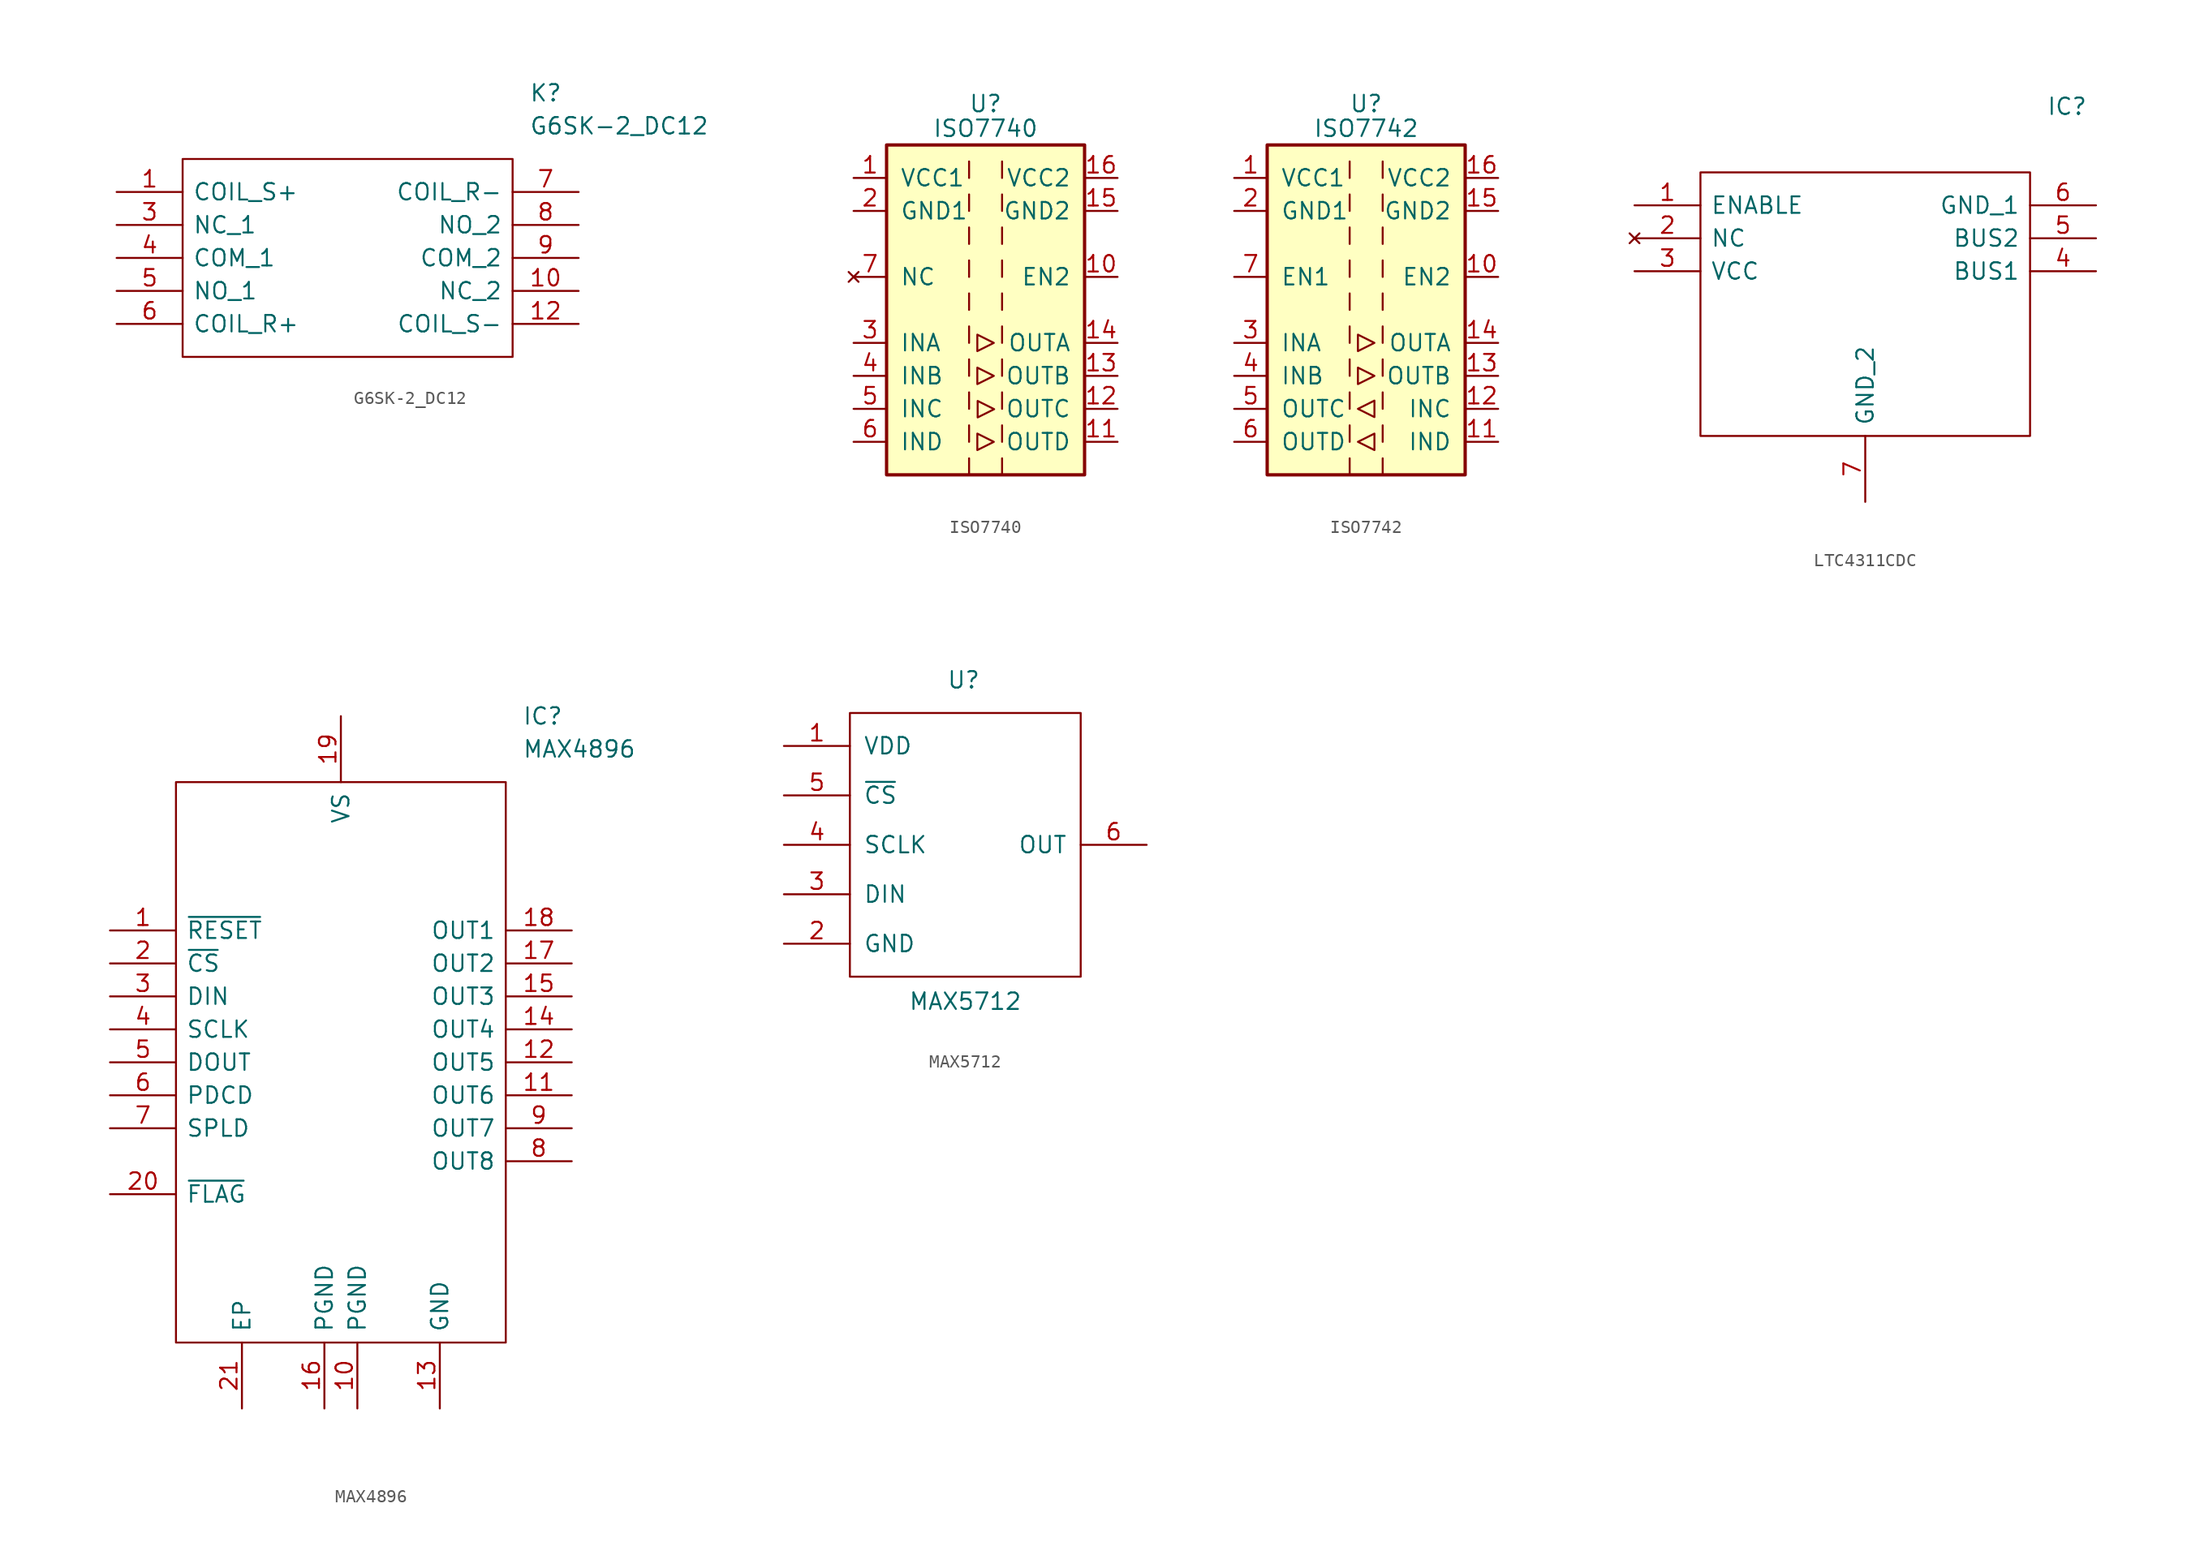
<source format=kicad_sym>
(kicad_symbol_lib
  (version 20241209)
  (generator "kicad_symbol_editor")
  (generator_version "9.0")
  (symbol "G6SK-2_DC12"
    (pin_names
      (offset 0.762))
    (property "Reference" "K"
      (at 31.75 7.62 0)
      (effects (font (size 1.27 1.27)) (justify left)))
    (property "Value" "G6SK-2_DC12"
      (at 31.75 5.08 0)
      (effects (font (size 1.27 1.27)) (justify left)))
    (symbol "G6SK-2_DC12_0_0"
      (pin unspecified line (at 0 0 0) (length 5.08) (name "COIL_S+" (effects (font (size 1.27 1.27)))) (number "1" (effects (font (size 1.27 1.27)))))
      (pin unspecified line (at 0 -2.54 0) (length 5.08) (name "NC_1" (effects (font (size 1.27 1.27)))) (number "3" (effects (font (size 1.27 1.27)))))
      (pin unspecified line (at 0 -5.08 0) (length 5.08) (name "COM_1" (effects (font (size 1.27 1.27)))) (number "4" (effects (font (size 1.27 1.27)))))
      (pin unspecified line (at 0 -7.62 0) (length 5.08) (name "NO_1" (effects (font (size 1.27 1.27)))) (number "5" (effects (font (size 1.27 1.27)))))
      (pin unspecified line (at 0 -10.16 0) (length 5.08) (name "COIL_R+" (effects (font (size 1.27 1.27)))) (number "6" (effects (font (size 1.27 1.27)))))
      (pin unspecified line (at 35.56 0 180) (length 5.08) (name "COIL_R-" (effects (font (size 1.27 1.27)))) (number "7" (effects (font (size 1.27 1.27)))))
      (pin unspecified line (at 35.56 -2.54 180) (length 5.08) (name "NO_2" (effects (font (size 1.27 1.27)))) (number "8" (effects (font (size 1.27 1.27)))))
      (pin unspecified line (at 35.56 -5.08 180) (length 5.08) (name "COM_2" (effects (font (size 1.27 1.27)))) (number "9" (effects (font (size 1.27 1.27)))))
      (pin unspecified line (at 35.56 -7.62 180) (length 5.08) (name "NC_2" (effects (font (size 1.27 1.27)))) (number "10" (effects (font (size 1.27 1.27)))))
      (pin unspecified line (at 35.56 -10.16 180) (length 5.08) (name "COIL_S-" (effects (font (size 1.27 1.27)))) (number "12" (effects (font (size 1.27 1.27))))))
    (symbol "G6SK-2_DC12_0_1"
      (polyline (pts (xy 5.08 2.54) (xy 30.48 2.54) (xy 30.48 -12.7) (xy 5.08 -12.7) (xy 5.08 2.54)) (stroke (width 0.152) (type solid)) (fill (type none)))))
  (symbol "ISO7740"
    (pin_names
      (offset 1.016))
    (property "Reference" "U"
      (at 0 15.875 0)
      (effects (font (size 1.27 1.27))))
    (property "Value" "ISO7740"
      (at 0 13.97 0)
      (effects (font (size 1.27 1.27))))
    (symbol "ISO7740_0_1"
      (rectangle (start -7.62 12.7) (end 7.62 -12.7) (stroke (width 0.254) (type solid)) (fill (type background)))
      (polyline (pts (xy -1.27 11.43) (xy -1.27 10.16)) (stroke (width 0) (type solid)) (fill (type none)))
      (polyline (pts (xy -1.27 8.89) (xy -1.27 7.62)) (stroke (width 0) (type solid)) (fill (type none)))
      (polyline (pts (xy -1.27 6.35) (xy -1.27 5.08)) (stroke (width 0) (type solid)) (fill (type none)))
      (polyline (pts (xy -1.27 3.81) (xy -1.27 2.54)) (stroke (width 0) (type solid)) (fill (type none)))
      (polyline (pts (xy -1.27 1.27) (xy -1.27 0)) (stroke (width 0) (type solid)) (fill (type none)))
      (polyline (pts (xy -1.27 -1.27) (xy -1.27 -2.54)) (stroke (width 0) (type solid)) (fill (type none)))
      (polyline (pts (xy -1.27 -3.81) (xy -1.27 -5.08)) (stroke (width 0) (type solid)) (fill (type none)))
      (polyline (pts (xy -1.27 -6.35) (xy -1.27 -7.62)) (stroke (width 0) (type solid)) (fill (type none)))
      (polyline (pts (xy -1.27 -8.89) (xy -1.27 -10.16)) (stroke (width 0) (type solid)) (fill (type none)))
      (polyline (pts (xy -1.27 -11.43) (xy -1.27 -12.7)) (stroke (width 0) (type solid)) (fill (type none)))
      (polyline (pts (xy -0.635 -1.905) (xy -0.635 -3.175) (xy 0.635 -2.54) (xy -0.635 -1.905)) (stroke (width 0) (type solid)) (fill (type none)))
      (polyline (pts (xy -0.635 -4.445) (xy -0.635 -5.715) (xy 0.635 -5.08) (xy -0.635 -4.445)) (stroke (width 0) (type solid)) (fill (type none)))
      (polyline (pts (xy 1.27 11.43) (xy 1.27 10.16)) (stroke (width 0) (type solid)) (fill (type none)))
      (polyline (pts (xy 1.27 8.89) (xy 1.27 7.62)) (stroke (width 0) (type solid)) (fill (type none)))
      (polyline (pts (xy 1.27 6.35) (xy 1.27 5.08)) (stroke (width 0) (type solid)) (fill (type none)))
      (polyline (pts (xy 1.27 3.81) (xy 1.27 2.54)) (stroke (width 0) (type solid)) (fill (type none)))
      (polyline (pts (xy 1.27 1.27) (xy 1.27 0)) (stroke (width 0) (type solid)) (fill (type none)))
      (polyline (pts (xy 1.27 -1.27) (xy 1.27 -2.54)) (stroke (width 0) (type solid)) (fill (type none)))
      (polyline (pts (xy 1.27 -3.81) (xy 1.27 -5.08)) (stroke (width 0) (type solid)) (fill (type none)))
      (polyline (pts (xy 1.27 -6.35) (xy 1.27 -7.62)) (stroke (width 0) (type solid)) (fill (type none)))
      (polyline (pts (xy 1.27 -8.89) (xy 1.27 -10.16)) (stroke (width 0) (type solid)) (fill (type none)))
      (polyline (pts (xy 1.27 -11.43) (xy 1.27 -12.7)) (stroke (width 0) (type solid)) (fill (type none))))
    (symbol "ISO7740_1_1"
      (polyline (pts (xy -0.635 -9.525) (xy -0.635 -10.795) (xy 0.635 -10.16) (xy -0.635 -9.525)) (stroke (width 0) (type solid)) (fill (type none)))
      (polyline (pts (xy -0.61 -7.01) (xy -0.61 -8.28) (xy 0.66 -7.645) (xy -0.61 -7.01)) (stroke (width 0) (type solid)) (fill (type none)))
      (pin power_in line (at -10.16 10.16 0) (length 2.54) (name "VCC1" (effects (font (size 1.27 1.27)))) (number "1" (effects (font (size 1.27 1.27)))))
      (pin power_in line (at -10.16 7.62 0) (length 2.54) (name "GND1" (effects (font (size 1.27 1.27)))) (number "2" (effects (font (size 1.27 1.27)))))
      (pin passive line (at -10.16 7.62 0) (length 2.54) (hide yes) (name "GND1" (effects (font (size 1.27 1.27)))) (number "8" (effects (font (size 1.27 1.27)))))
      (pin no_connect line (at -10.16 2.54 0) (length 2.54) (name "NC" (effects (font (size 1.27 1.27)))) (number "7" (effects (font (size 1.27 1.27)))))
      (pin input line (at -10.16 -2.54 0) (length 2.54) (name "INA" (effects (font (size 1.27 1.27)))) (number "3" (effects (font (size 1.27 1.27)))))
      (pin input line (at -10.16 -5.08 0) (length 2.54) (name "INB" (effects (font (size 1.27 1.27)))) (number "4" (effects (font (size 1.27 1.27)))))
      (pin input line (at -10.16 -7.62 0) (length 2.54) (name "INC" (effects (font (size 1.27 1.27)))) (number "5" (effects (font (size 1.27 1.27)))))
      (pin input line (at -10.16 -10.16 0) (length 2.54) (name "IND" (effects (font (size 1.27 1.27)))) (number "6" (effects (font (size 1.27 1.27)))))
      (pin power_in line (at 10.16 10.16 180) (length 2.54) (name "VCC2" (effects (font (size 1.27 1.27)))) (number "16" (effects (font (size 1.27 1.27)))))
      (pin power_in line (at 10.16 7.62 180) (length 2.54) (name "GND2" (effects (font (size 1.27 1.27)))) (number "15" (effects (font (size 1.27 1.27)))))
      (pin passive line (at 10.16 7.62 180) (length 2.54) (hide yes) (name "GND2" (effects (font (size 1.27 1.27)))) (number "9" (effects (font (size 1.27 1.27)))))
      (pin input line (at 10.16 2.54 180) (length 2.54) (name "EN2" (effects (font (size 1.27 1.27)))) (number "10" (effects (font (size 1.27 1.27)))))
      (pin output line (at 10.16 -2.54 180) (length 2.54) (name "OUTA" (effects (font (size 1.27 1.27)))) (number "14" (effects (font (size 1.27 1.27)))))
      (pin output line (at 10.16 -5.08 180) (length 2.54) (name "OUTB" (effects (font (size 1.27 1.27)))) (number "13" (effects (font (size 1.27 1.27)))))
      (pin output line (at 10.16 -7.62 180) (length 2.54) (name "OUTC" (effects (font (size 1.27 1.27)))) (number "12" (effects (font (size 1.27 1.27)))))
      (pin output line (at 10.16 -10.16 180) (length 2.54) (name "OUTD" (effects (font (size 1.27 1.27)))) (number "11" (effects (font (size 1.27 1.27)))))))
  (symbol "ISO7742"
    (pin_names
      (offset 1.016))
    (property "Reference" "U"
      (at 0 15.875 0)
      (effects (font (size 1.27 1.27))))
    (property "Value" "ISO7742"
      (at 0 13.97 0)
      (effects (font (size 1.27 1.27))))
    (symbol "ISO7742_0_1"
      (rectangle (start -7.62 12.7) (end 7.62 -12.7) (stroke (width 0.254) (type solid)) (fill (type background)))
      (polyline (pts (xy -1.27 11.43) (xy -1.27 10.16)) (stroke (width 0) (type solid)) (fill (type none)))
      (polyline (pts (xy -1.27 8.89) (xy -1.27 7.62)) (stroke (width 0) (type solid)) (fill (type none)))
      (polyline (pts (xy -1.27 6.35) (xy -1.27 5.08)) (stroke (width 0) (type solid)) (fill (type none)))
      (polyline (pts (xy -1.27 3.81) (xy -1.27 2.54)) (stroke (width 0) (type solid)) (fill (type none)))
      (polyline (pts (xy -1.27 1.27) (xy -1.27 0)) (stroke (width 0) (type solid)) (fill (type none)))
      (polyline (pts (xy -1.27 -1.27) (xy -1.27 -2.54)) (stroke (width 0) (type solid)) (fill (type none)))
      (polyline (pts (xy -1.27 -3.81) (xy -1.27 -5.08)) (stroke (width 0) (type solid)) (fill (type none)))
      (polyline (pts (xy -1.27 -6.35) (xy -1.27 -7.62)) (stroke (width 0) (type solid)) (fill (type none)))
      (polyline (pts (xy -1.27 -8.89) (xy -1.27 -10.16)) (stroke (width 0) (type solid)) (fill (type none)))
      (polyline (pts (xy -1.27 -11.43) (xy -1.27 -12.7)) (stroke (width 0) (type solid)) (fill (type none)))
      (polyline (pts (xy -0.635 -1.905) (xy -0.635 -3.175) (xy 0.635 -2.54) (xy -0.635 -1.905)) (stroke (width 0) (type solid)) (fill (type none)))
      (polyline (pts (xy -0.635 -4.445) (xy -0.635 -5.715) (xy 0.635 -5.08) (xy -0.635 -4.445)) (stroke (width 0) (type solid)) (fill (type none)))
      (polyline (pts (xy -0.635 -7.62) (xy 0.635 -6.985) (xy 0.635 -8.255) (xy -0.635 -7.62)) (stroke (width 0) (type solid)) (fill (type none)))
      (polyline (pts (xy -0.635 -10.16) (xy 0.635 -9.525) (xy 0.635 -10.795) (xy -0.635 -10.16)) (stroke (width 0) (type solid)) (fill (type none)))
      (polyline (pts (xy 1.27 11.43) (xy 1.27 10.16)) (stroke (width 0) (type solid)) (fill (type none)))
      (polyline (pts (xy 1.27 8.89) (xy 1.27 7.62)) (stroke (width 0) (type solid)) (fill (type none)))
      (polyline (pts (xy 1.27 6.35) (xy 1.27 5.08)) (stroke (width 0) (type solid)) (fill (type none)))
      (polyline (pts (xy 1.27 3.81) (xy 1.27 2.54)) (stroke (width 0) (type solid)) (fill (type none)))
      (polyline (pts (xy 1.27 1.27) (xy 1.27 0)) (stroke (width 0) (type solid)) (fill (type none)))
      (polyline (pts (xy 1.27 -1.27) (xy 1.27 -2.54)) (stroke (width 0) (type solid)) (fill (type none)))
      (polyline (pts (xy 1.27 -3.81) (xy 1.27 -5.08)) (stroke (width 0) (type solid)) (fill (type none)))
      (polyline (pts (xy 1.27 -6.35) (xy 1.27 -7.62)) (stroke (width 0) (type solid)) (fill (type none)))
      (polyline (pts (xy 1.27 -8.89) (xy 1.27 -10.16)) (stroke (width 0) (type solid)) (fill (type none)))
      (polyline (pts (xy 1.27 -11.43) (xy 1.27 -12.7)) (stroke (width 0) (type solid)) (fill (type none))))
    (symbol "ISO7742_1_1"
      (pin power_in line (at -10.16 10.16 0) (length 2.54) (name "VCC1" (effects (font (size 1.27 1.27)))) (number "1" (effects (font (size 1.27 1.27)))))
      (pin power_in line (at -10.16 7.62 0) (length 2.54) (name "GND1" (effects (font (size 1.27 1.27)))) (number "2" (effects (font (size 1.27 1.27)))))
      (pin passive line (at -10.16 7.62 0) (length 2.54) (hide yes) (name "GND1" (effects (font (size 1.27 1.27)))) (number "8" (effects (font (size 1.27 1.27)))))
      (pin input line (at -10.16 2.54 0) (length 2.54) (name "EN1" (effects (font (size 1.27 1.27)))) (number "7" (effects (font (size 1.27 1.27)))))
      (pin input line (at -10.16 -2.54 0) (length 2.54) (name "INA" (effects (font (size 1.27 1.27)))) (number "3" (effects (font (size 1.27 1.27)))))
      (pin input line (at -10.16 -5.08 0) (length 2.54) (name "INB" (effects (font (size 1.27 1.27)))) (number "4" (effects (font (size 1.27 1.27)))))
      (pin output line (at -10.16 -7.62 0) (length 2.54) (name "OUTC" (effects (font (size 1.27 1.27)))) (number "5" (effects (font (size 1.27 1.27)))))
      (pin output line (at -10.16 -10.16 0) (length 2.54) (name "OUTD" (effects (font (size 1.27 1.27)))) (number "6" (effects (font (size 1.27 1.27)))))
      (pin power_in line (at 10.16 10.16 180) (length 2.54) (name "VCC2" (effects (font (size 1.27 1.27)))) (number "16" (effects (font (size 1.27 1.27)))))
      (pin power_in line (at 10.16 7.62 180) (length 2.54) (name "GND2" (effects (font (size 1.27 1.27)))) (number "15" (effects (font (size 1.27 1.27)))))
      (pin passive line (at 10.16 7.62 180) (length 2.54) (hide yes) (name "GND2" (effects (font (size 1.27 1.27)))) (number "9" (effects (font (size 1.27 1.27)))))
      (pin input line (at 10.16 2.54 180) (length 2.54) (name "EN2" (effects (font (size 1.27 1.27)))) (number "10" (effects (font (size 1.27 1.27)))))
      (pin output line (at 10.16 -2.54 180) (length 2.54) (name "OUTA" (effects (font (size 1.27 1.27)))) (number "14" (effects (font (size 1.27 1.27)))))
      (pin output line (at 10.16 -5.08 180) (length 2.54) (name "OUTB" (effects (font (size 1.27 1.27)))) (number "13" (effects (font (size 1.27 1.27)))))
      (pin input line (at 10.16 -7.62 180) (length 2.54) (name "INC" (effects (font (size 1.27 1.27)))) (number "12" (effects (font (size 1.27 1.27)))))
      (pin input line (at 10.16 -10.16 180) (length 2.54) (name "IND" (effects (font (size 1.27 1.27)))) (number "11" (effects (font (size 1.27 1.27)))))))
  (symbol "LTC4311CDC"
    (pin_names
      (offset 0.762))
    (property "Reference" "IC"
      (at 31.75 7.62 0)
      (effects (font (size 1.27 1.27)) (justify left)))
    (symbol "LTC4311CDC_0_0"
      (pin passive line (at 0 0 0) (length 5.08) (name "ENABLE" (effects (font (size 1.27 1.27)))) (number "1" (effects (font (size 1.27 1.27)))))
      (pin no_connect line (at 0 -2.54 0) (length 5.08) (name "NC" (effects (font (size 1.27 1.27)))) (number "2" (effects (font (size 1.27 1.27)))))
      (pin passive line (at 0 -5.08 0) (length 5.08) (name "VCC" (effects (font (size 1.27 1.27)))) (number "3" (effects (font (size 1.27 1.27)))))
      (pin passive line (at 17.78 -22.86 90) (length 5.08) (name "GND_2" (effects (font (size 1.27 1.27)))) (number "7" (effects (font (size 1.27 1.27)))))
      (pin passive line (at 35.56 0 180) (length 5.08) (name "GND_1" (effects (font (size 1.27 1.27)))) (number "6" (effects (font (size 1.27 1.27)))))
      (pin passive line (at 35.56 -2.54 180) (length 5.08) (name "BUS2" (effects (font (size 1.27 1.27)))) (number "5" (effects (font (size 1.27 1.27)))))
      (pin passive line (at 35.56 -5.08 180) (length 5.08) (name "BUS1" (effects (font (size 1.27 1.27)))) (number "4" (effects (font (size 1.27 1.27))))))
    (symbol "LTC4311CDC_0_1"
      (polyline (pts (xy 5.08 2.54) (xy 30.48 2.54) (xy 30.48 -17.78) (xy 5.08 -17.78) (xy 5.08 2.54)) (stroke (width 0.152) (type solid)) (fill (type none)))))
  (symbol "MAX4896"
    (pin_names
      (offset 0.762))
    (property "Reference" "IC"
      (at 31.75 17.78 0)
      (effects (font (size 1.27 1.27)) (justify left)))
    (property "Value" "MAX4896"
      (at 31.75 15.24 0)
      (effects (font (size 1.27 1.27)) (justify left)))
    (symbol "MAX4896_0_0"
      (pin passive line (at 0 1.27 0) (length 5.08) (name "~{RESET}" (effects (font (size 1.27 1.27)))) (number "1" (effects (font (size 1.27 1.27)))))
      (pin passive line (at 0 -1.27 0) (length 5.08) (name "~{CS}" (effects (font (size 1.27 1.27)))) (number "2" (effects (font (size 1.27 1.27)))))
      (pin passive line (at 0 -3.81 0) (length 5.08) (name "DIN" (effects (font (size 1.27 1.27)))) (number "3" (effects (font (size 1.27 1.27)))))
      (pin passive line (at 0 -6.35 0) (length 5.08) (name "SCLK" (effects (font (size 1.27 1.27)))) (number "4" (effects (font (size 1.27 1.27)))))
      (pin passive line (at 0 -8.89 0) (length 5.08) (name "DOUT" (effects (font (size 1.27 1.27)))) (number "5" (effects (font (size 1.27 1.27)))))
      (pin passive line (at 0 -11.43 0) (length 5.08) (name "PDCD" (effects (font (size 1.27 1.27)))) (number "6" (effects (font (size 1.27 1.27)))))
      (pin passive line (at 0 -13.97 0) (length 5.08) (name "SPLD" (effects (font (size 1.27 1.27)))) (number "7" (effects (font (size 1.27 1.27)))))
      (pin passive line (at 0 -19.05 0) (length 5.08) (name "~{FLAG}" (effects (font (size 1.27 1.27)))) (number "20" (effects (font (size 1.27 1.27)))))
      (pin passive line (at 10.16 -35.56 90) (length 5.08) (name "EP" (effects (font (size 1.27 1.27)))) (number "21" (effects (font (size 1.27 1.27)))))
      (pin passive line (at 16.51 -35.56 90) (length 5.08) (name "PGND" (effects (font (size 1.27 1.27)))) (number "16" (effects (font (size 1.27 1.27)))))
      (pin passive line (at 17.78 17.78 270) (length 5.08) (name "VS" (effects (font (size 1.27 1.27)))) (number "19" (effects (font (size 1.27 1.27)))))
      (pin passive line (at 19.05 -35.56 90) (length 5.08) (name "PGND" (effects (font (size 1.27 1.27)))) (number "10" (effects (font (size 1.27 1.27)))))
      (pin passive line (at 25.4 -35.56 90) (length 5.08) (name "GND" (effects (font (size 1.27 1.27)))) (number "13" (effects (font (size 1.27 1.27)))))
      (pin passive line (at 35.56 1.27 180) (length 5.08) (name "OUT1" (effects (font (size 1.27 1.27)))) (number "18" (effects (font (size 1.27 1.27)))))
      (pin passive line (at 35.56 -1.27 180) (length 5.08) (name "OUT2" (effects (font (size 1.27 1.27)))) (number "17" (effects (font (size 1.27 1.27)))))
      (pin passive line (at 35.56 -3.81 180) (length 5.08) (name "OUT3" (effects (font (size 1.27 1.27)))) (number "15" (effects (font (size 1.27 1.27)))))
      (pin passive line (at 35.56 -6.35 180) (length 5.08) (name "OUT4" (effects (font (size 1.27 1.27)))) (number "14" (effects (font (size 1.27 1.27)))))
      (pin passive line (at 35.56 -8.89 180) (length 5.08) (name "OUT5" (effects (font (size 1.27 1.27)))) (number "12" (effects (font (size 1.27 1.27)))))
      (pin passive line (at 35.56 -11.43 180) (length 5.08) (name "OUT6" (effects (font (size 1.27 1.27)))) (number "11" (effects (font (size 1.27 1.27)))))
      (pin passive line (at 35.56 -13.97 180) (length 5.08) (name "OUT7" (effects (font (size 1.27 1.27)))) (number "9" (effects (font (size 1.27 1.27)))))
      (pin passive line (at 35.56 -16.51 180) (length 5.08) (name "OUT8" (effects (font (size 1.27 1.27)))) (number "8" (effects (font (size 1.27 1.27))))))
    (symbol "MAX4896_0_1"
      (polyline (pts (xy 5.08 12.7) (xy 30.48 12.7) (xy 30.48 -30.48) (xy 5.08 -30.48) (xy 5.08 12.7)) (stroke (width 0.152) (type solid)) (fill (type none)))))
  (symbol "MAX5712"
    (pin_names
      (offset 1.016))
    (property "Reference" "U"
      (at -0.127 12.7 0)
      (effects (font (size 1.27 1.27))))
    (property "Value" "MAX5712"
      (at 0 -12.065 0)
      (effects (font (size 1.27 1.27))))
    (symbol "MAX5712_0_1"
      (rectangle (start -8.89 10.16) (end 8.89 -10.16) (stroke (width 0) (type solid)) (fill (type none))))
    (symbol "MAX5712_1_1"
      (pin power_in line (at -13.97 7.62 0) (length 5.08) (name "VDD" (effects (font (size 1.27 1.27)))) (number "1" (effects (font (size 1.27 1.27)))))
      (pin input line (at -13.97 3.81 0) (length 5.08) (name "~{CS}" (effects (font (size 1.27 1.27)))) (number "5" (effects (font (size 1.27 1.27)))))
      (pin input line (at -13.97 0 0) (length 5.08) (name "SCLK" (effects (font (size 1.27 1.27)))) (number "4" (effects (font (size 1.27 1.27)))))
      (pin input line (at -13.97 -3.81 0) (length 5.08) (name "DIN" (effects (font (size 1.27 1.27)))) (number "3" (effects (font (size 1.27 1.27)))))
      (pin power_in line (at -13.97 -7.62 0) (length 5.08) (name "GND" (effects (font (size 1.27 1.27)))) (number "2" (effects (font (size 1.27 1.27)))))
      (pin output line (at 13.97 0 180) (length 5.08) (name "OUT" (effects (font (size 1.27 1.27)))) (number "6" (effects (font (size 1.27 1.27))))))))
</source>
